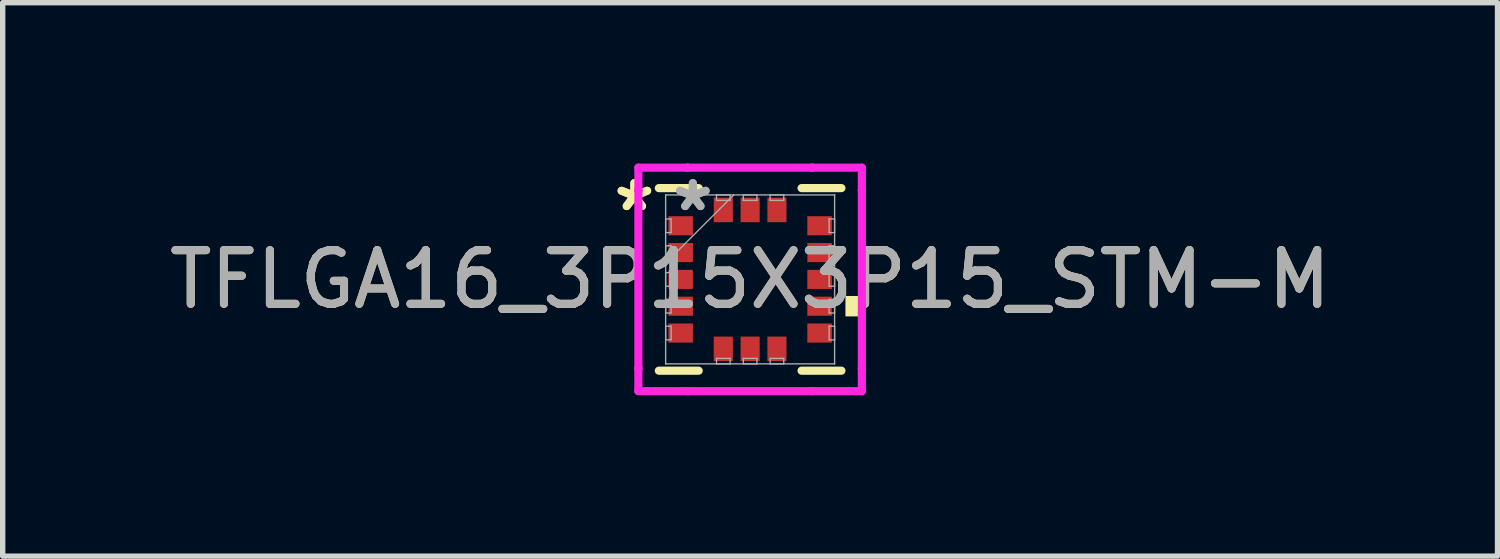
<source format=kicad_pcb>
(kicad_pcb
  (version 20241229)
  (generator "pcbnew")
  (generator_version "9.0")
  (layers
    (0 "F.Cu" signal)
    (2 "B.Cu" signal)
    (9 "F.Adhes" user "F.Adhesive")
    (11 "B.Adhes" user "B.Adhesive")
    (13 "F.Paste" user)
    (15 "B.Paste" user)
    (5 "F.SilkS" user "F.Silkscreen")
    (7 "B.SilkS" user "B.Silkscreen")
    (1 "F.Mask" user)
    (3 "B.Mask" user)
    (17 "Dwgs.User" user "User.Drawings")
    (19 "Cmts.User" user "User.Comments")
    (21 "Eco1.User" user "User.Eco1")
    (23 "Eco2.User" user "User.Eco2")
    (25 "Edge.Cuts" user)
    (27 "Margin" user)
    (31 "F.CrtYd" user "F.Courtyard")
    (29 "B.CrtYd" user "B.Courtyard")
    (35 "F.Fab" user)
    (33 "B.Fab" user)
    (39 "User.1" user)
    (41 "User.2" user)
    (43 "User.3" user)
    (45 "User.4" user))
  (footprint "TFLGA16_3P15X3P15_STM-M"
    (layer "F.Cu")
    (at 10.935 2.159)
    (property "Reference" "TFLGA16_3P15X3P15_STM-M" (at 0 0 0) (unlocked yes) (layer "F.SilkS") (effects (font (size 1 1) (thickness 0.15))))
    (attr smd)
    (fp_line (start -1.702 1.702) (end -0.959 1.702) (stroke (width 0.152) (type solid)) (layer "F.SilkS"))
    (fp_line (start -0.959 -1.702) (end -1.702 -1.702) (stroke (width 0.152) (type solid)) (layer "F.SilkS"))
    (fp_line (start 0.959 1.702) (end 1.702 1.702) (stroke (width 0.152) (type solid)) (layer "F.SilkS"))
    (fp_line (start 1.702 -1.702) (end 0.959 -1.702) (stroke (width 0.152) (type solid)) (layer "F.SilkS"))
    (fp_poly (pts (xy 2.031 0.309) (xy 2.031 0.69) (xy 1.777 0.69) (xy 1.777 0.309)) (stroke (width 0) (type solid)) (fill yes) (layer "F.SilkS"))
    (fp_line (start -2.083 -2.083) (end -1.16 -2.083) (stroke (width 0.152) (type solid)) (layer "F.CrtYd"))
    (fp_line (start -2.083 -1.66) (end -2.083 -2.083) (stroke (width 0.152) (type solid)) (layer "F.CrtYd"))
    (fp_line (start -2.083 -1.66) (end -2.083 -1.66) (stroke (width 0.152) (type solid)) (layer "F.CrtYd"))
    (fp_line (start -2.083 1.66) (end -2.083 -1.66) (stroke (width 0.152) (type solid)) (layer "F.CrtYd"))
    (fp_line (start -2.083 1.66) (end -2.083 1.66) (stroke (width 0.152) (type solid)) (layer "F.CrtYd"))
    (fp_line (start -2.083 2.083) (end -2.083 1.66) (stroke (width 0.152) (type solid)) (layer "F.CrtYd"))
    (fp_line (start -1.16 -2.083) (end -1.16 -2.083) (stroke (width 0.152) (type solid)) (layer "F.CrtYd"))
    (fp_line (start -1.16 -2.083) (end 1.16 -2.083) (stroke (width 0.152) (type solid)) (layer "F.CrtYd"))
    (fp_line (start -1.16 2.083) (end -2.083 2.083) (stroke (width 0.152) (type solid)) (layer "F.CrtYd"))
    (fp_line (start -1.16 2.083) (end -1.16 2.083) (stroke (width 0.152) (type solid)) (layer "F.CrtYd"))
    (fp_line (start 1.16 -2.083) (end 1.16 -2.083) (stroke (width 0.152) (type solid)) (layer "F.CrtYd"))
    (fp_line (start 1.16 -2.083) (end 2.083 -2.083) (stroke (width 0.152) (type solid)) (layer "F.CrtYd"))
    (fp_line (start 1.16 2.083) (end -1.16 2.083) (stroke (width 0.152) (type solid)) (layer "F.CrtYd"))
    (fp_line (start 1.16 2.083) (end 1.16 2.083) (stroke (width 0.152) (type solid)) (layer "F.CrtYd"))
    (fp_line (start 2.083 -2.083) (end 2.083 -1.66) (stroke (width 0.152) (type solid)) (layer "F.CrtYd"))
    (fp_line (start 2.083 -1.66) (end 2.083 -1.66) (stroke (width 0.152) (type solid)) (layer "F.CrtYd"))
    (fp_line (start 2.083 -1.66) (end 2.083 1.66) (stroke (width 0.152) (type solid)) (layer "F.CrtYd"))
    (fp_line (start 2.083 1.66) (end 2.083 1.66) (stroke (width 0.152) (type solid)) (layer "F.CrtYd"))
    (fp_line (start 2.083 1.66) (end 2.083 2.083) (stroke (width 0.152) (type solid)) (layer "F.CrtYd"))
    (fp_line (start 2.083 2.083) (end 1.16 2.083) (stroke (width 0.152) (type solid)) (layer "F.CrtYd"))
    (fp_line (start -1.575 -1.575) (end -1.575 -1.575) (stroke (width 0.025) (type solid)) (layer "F.Fab"))
    (fp_line (start -1.575 -1.575) (end -1.575 1.575) (stroke (width 0.025) (type solid)) (layer "F.Fab"))
    (fp_line (start -1.575 -1.127) (end -1.473 -1.127) (stroke (width 0.025) (type solid)) (layer "F.Fab"))
    (fp_line (start -1.575 -0.873) (end -1.575 -1.127) (stroke (width 0.025) (type solid)) (layer "F.Fab"))
    (fp_line (start -1.575 -0.627) (end -1.473 -0.627) (stroke (width 0.025) (type solid)) (layer "F.Fab"))
    (fp_line (start -1.575 -0.373) (end -1.575 -0.627) (stroke (width 0.025) (type solid)) (layer "F.Fab"))
    (fp_line (start -1.575 -0.305) (end -0.305 -1.575) (stroke (width 0.025) (type solid)) (layer "F.Fab"))
    (fp_line (start -1.575 -0.127) (end -1.473 -0.127) (stroke (width 0.025) (type solid)) (layer "F.Fab"))
    (fp_line (start -1.575 0.127) (end -1.575 -0.127) (stroke (width 0.025) (type solid)) (layer "F.Fab"))
    (fp_line (start -1.575 0.373) (end -1.473 0.373) (stroke (width 0.025) (type solid)) (layer "F.Fab"))
    (fp_line (start -1.575 0.627) (end -1.575 0.373) (stroke (width 0.025) (type solid)) (layer "F.Fab"))
    (fp_line (start -1.575 0.873) (end -1.473 0.873) (stroke (width 0.025) (type solid)) (layer "F.Fab"))
    (fp_line (start -1.575 1.127) (end -1.575 0.873) (stroke (width 0.025) (type solid)) (layer "F.Fab"))
    (fp_line (start -1.575 1.575) (end -1.575 1.575) (stroke (width 0.025) (type solid)) (layer "F.Fab"))
    (fp_line (start -1.575 1.575) (end 1.575 1.575) (stroke (width 0.025) (type solid)) (layer "F.Fab"))
    (fp_line (start -1.473 -1.127) (end -1.473 -0.873) (stroke (width 0.025) (type solid)) (layer "F.Fab"))
    (fp_line (start -1.473 -0.873) (end -1.575 -0.873) (stroke (width 0.025) (type solid)) (layer "F.Fab"))
    (fp_line (start -1.473 -0.627) (end -1.473 -0.373) (stroke (width 0.025) (type solid)) (layer "F.Fab"))
    (fp_line (start -1.473 -0.373) (end -1.575 -0.373) (stroke (width 0.025) (type solid)) (layer "F.Fab"))
    (fp_line (start -1.473 -0.127) (end -1.473 0.127) (stroke (width 0.025) (type solid)) (layer "F.Fab"))
    (fp_line (start -1.473 0.127) (end -1.575 0.127) (stroke (width 0.025) (type solid)) (layer "F.Fab"))
    (fp_line (start -1.473 0.373) (end -1.473 0.627) (stroke (width 0.025) (type solid)) (layer "F.Fab"))
    (fp_line (start -1.473 0.627) (end -1.575 0.627) (stroke (width 0.025) (type solid)) (layer "F.Fab"))
    (fp_line (start -1.473 0.873) (end -1.473 1.127) (stroke (width 0.025) (type solid)) (layer "F.Fab"))
    (fp_line (start -1.473 1.127) (end -1.575 1.127) (stroke (width 0.025) (type solid)) (layer "F.Fab"))
    (fp_line (start -0.627 -1.575) (end -0.373 -1.575) (stroke (width 0.025) (type solid)) (layer "F.Fab"))
    (fp_line (start -0.627 -1.473) (end -0.627 -1.575) (stroke (width 0.025) (type solid)) (layer "F.Fab"))
    (fp_line (start -0.627 1.473) (end -0.373 1.473) (stroke (width 0.025) (type solid)) (layer "F.Fab"))
    (fp_line (start -0.627 1.575) (end -0.627 1.473) (stroke (width 0.025) (type solid)) (layer "F.Fab"))
    (fp_line (start -0.373 -1.575) (end -0.373 -1.473) (stroke (width 0.025) (type solid)) (layer "F.Fab"))
    (fp_line (start -0.373 -1.473) (end -0.627 -1.473) (stroke (width 0.025) (type solid)) (layer "F.Fab"))
    (fp_line (start -0.373 1.473) (end -0.373 1.575) (stroke (width 0.025) (type solid)) (layer "F.Fab"))
    (fp_line (start -0.373 1.575) (end -0.627 1.575) (stroke (width 0.025) (type solid)) (layer "F.Fab"))
    (fp_line (start -0.127 -1.575) (end 0.127 -1.575) (stroke (width 0.025) (type solid)) (layer "F.Fab"))
    (fp_line (start -0.127 -1.473) (end -0.127 -1.575) (stroke (width 0.025) (type solid)) (layer "F.Fab"))
    (fp_line (start -0.127 1.473) (end 0.127 1.473) (stroke (width 0.025) (type solid)) (layer "F.Fab"))
    (fp_line (start -0.127 1.575) (end -0.127 1.473) (stroke (width 0.025) (type solid)) (layer "F.Fab"))
    (fp_line (start 0.127 -1.575) (end 0.127 -1.473) (stroke (width 0.025) (type solid)) (layer "F.Fab"))
    (fp_line (start 0.127 -1.473) (end -0.127 -1.473) (stroke (width 0.025) (type solid)) (layer "F.Fab"))
    (fp_line (start 0.127 1.473) (end 0.127 1.575) (stroke (width 0.025) (type solid)) (layer "F.Fab"))
    (fp_line (start 0.127 1.575) (end -0.127 1.575) (stroke (width 0.025) (type solid)) (layer "F.Fab"))
    (fp_line (start 0.373 -1.575) (end 0.627 -1.575) (stroke (width 0.025) (type solid)) (layer "F.Fab"))
    (fp_line (start 0.373 -1.473) (end 0.373 -1.575) (stroke (width 0.025) (type solid)) (layer "F.Fab"))
    (fp_line (start 0.373 1.473) (end 0.627 1.473) (stroke (width 0.025) (type solid)) (layer "F.Fab"))
    (fp_line (start 0.373 1.575) (end 0.373 1.473) (stroke (width 0.025) (type solid)) (layer "F.Fab"))
    (fp_line (start 0.627 -1.575) (end 0.627 -1.473) (stroke (width 0.025) (type solid)) (layer "F.Fab"))
    (fp_line (start 0.627 -1.473) (end 0.373 -1.473) (stroke (width 0.025) (type solid)) (layer "F.Fab"))
    (fp_line (start 0.627 1.473) (end 0.627 1.575) (stroke (width 0.025) (type solid)) (layer "F.Fab"))
    (fp_line (start 0.627 1.575) (end 0.373 1.575) (stroke (width 0.025) (type solid)) (layer "F.Fab"))
    (fp_line (start 1.473 -1.127) (end 1.575 -1.127) (stroke (width 0.025) (type solid)) (layer "F.Fab"))
    (fp_line (start 1.473 -0.873) (end 1.473 -1.127) (stroke (width 0.025) (type solid)) (layer "F.Fab"))
    (fp_line (start 1.473 -0.627) (end 1.575 -0.627) (stroke (width 0.025) (type solid)) (layer "F.Fab"))
    (fp_line (start 1.473 -0.373) (end 1.473 -0.627) (stroke (width 0.025) (type solid)) (layer "F.Fab"))
    (fp_line (start 1.473 -0.127) (end 1.575 -0.127) (stroke (width 0.025) (type solid)) (layer "F.Fab"))
    (fp_line (start 1.473 0.127) (end 1.473 -0.127) (stroke (width 0.025) (type solid)) (layer "F.Fab"))
    (fp_line (start 1.473 0.373) (end 1.575 0.373) (stroke (width 0.025) (type solid)) (layer "F.Fab"))
    (fp_line (start 1.473 0.627) (end 1.473 0.373) (stroke (width 0.025) (type solid)) (layer "F.Fab"))
    (fp_line (start 1.473 0.873) (end 1.575 0.873) (stroke (width 0.025) (type solid)) (layer "F.Fab"))
    (fp_line (start 1.473 1.127) (end 1.473 0.873) (stroke (width 0.025) (type solid)) (layer "F.Fab"))
    (fp_line (start 1.575 -1.575) (end -1.575 -1.575) (stroke (width 0.025) (type solid)) (layer "F.Fab"))
    (fp_line (start 1.575 -1.575) (end 1.575 -1.575) (stroke (width 0.025) (type solid)) (layer "F.Fab"))
    (fp_line (start 1.575 -1.127) (end 1.575 -0.873) (stroke (width 0.025) (type solid)) (layer "F.Fab"))
    (fp_line (start 1.575 -0.873) (end 1.473 -0.873) (stroke (width 0.025) (type solid)) (layer "F.Fab"))
    (fp_line (start 1.575 -0.627) (end 1.575 -0.373) (stroke (width 0.025) (type solid)) (layer "F.Fab"))
    (fp_line (start 1.575 -0.373) (end 1.473 -0.373) (stroke (width 0.025) (type solid)) (layer "F.Fab"))
    (fp_line (start 1.575 -0.127) (end 1.575 0.127) (stroke (width 0.025) (type solid)) (layer "F.Fab"))
    (fp_line (start 1.575 0.127) (end 1.473 0.127) (stroke (width 0.025) (type solid)) (layer "F.Fab"))
    (fp_line (start 1.575 0.373) (end 1.575 0.627) (stroke (width 0.025) (type solid)) (layer "F.Fab"))
    (fp_line (start 1.575 0.627) (end 1.473 0.627) (stroke (width 0.025) (type solid)) (layer "F.Fab"))
    (fp_line (start 1.575 0.873) (end 1.575 1.127) (stroke (width 0.025) (type solid)) (layer "F.Fab"))
    (fp_line (start 1.575 1.127) (end 1.473 1.127) (stroke (width 0.025) (type solid)) (layer "F.Fab"))
    (fp_line (start 1.575 1.575) (end 1.575 -1.575) (stroke (width 0.025) (type solid)) (layer "F.Fab"))
    (fp_line (start 1.575 1.575) (end 1.575 1.575) (stroke (width 0.025) (type solid)) (layer "F.Fab"))
    (fp_text user "*" (at -2.158 -1.25 0) (layer "F.SilkS") (effects (font (size 1 1) (thickness 0.15))))
    (fp_text user "*" (at -2.158 -1.25 0) (unlocked yes) (layer "F.SilkS") (effects (font (size 1 1) (thickness 0.15))))
    (fp_text user "*" (at -1.068 -1.25 0) (unlocked yes) (layer "F.Fab") (effects (font (size 1 1) (thickness 0.15))))
    (fp_text user "${REFERENCE}" (at 0 0 0) (unlocked yes) (layer "F.Fab") (effects (font (size 1 1) (thickness 0.15))))
    (fp_text user "*" (at -1.068 -1.25 0) (layer "F.Fab") (effects (font (size 1 1) (thickness 0.15))))
    (pad "1" smd rect (at -1.295 -1 90) (size 0.356 0.457) (layers "F.Cu" "F.Mask" "F.Paste"))
    (pad "2" smd rect (at -1.295 -0.5 90) (size 0.356 0.457) (layers "F.Cu" "F.Mask" "F.Paste"))
    (pad "3" smd rect (at -1.295 0 90) (size 0.356 0.457) (layers "F.Cu" "F.Mask" "F.Paste"))
    (pad "4" smd rect (at -1.295 0.5 90) (size 0.356 0.457) (layers "F.Cu" "F.Mask" "F.Paste"))
    (pad "5" smd rect (at -1.295 1 90) (size 0.356 0.457) (layers "F.Cu" "F.Mask" "F.Paste"))
    (pad "6" smd rect (at -0.5 1.295) (size 0.356 0.457) (layers "F.Cu" "F.Mask" "F.Paste"))
    (pad "7" smd rect (at 0 1.295) (size 0.356 0.457) (layers "F.Cu" "F.Mask" "F.Paste"))
    (pad "8" smd rect (at 0.5 1.295) (size 0.356 0.457) (layers "F.Cu" "F.Mask" "F.Paste"))
    (pad "9" smd rect (at 1.295 1 90) (size 0.356 0.457) (layers "F.Cu" "F.Mask" "F.Paste"))
    (pad "10" smd rect (at 1.295 0.5 90) (size 0.356 0.457) (layers "F.Cu" "F.Mask" "F.Paste"))
    (pad "11" smd rect (at 1.295 0 90) (size 0.356 0.457) (layers "F.Cu" "F.Mask" "F.Paste"))
    (pad "12" smd rect (at 1.295 -0.5 90) (size 0.356 0.457) (layers "F.Cu" "F.Mask" "F.Paste"))
    (pad "13" smd rect (at 1.295 -1 90) (size 0.356 0.457) (layers "F.Cu" "F.Mask" "F.Paste"))
    (pad "14" smd rect (at 0.5 -1.295) (size 0.356 0.457) (layers "F.Cu" "F.Mask" "F.Paste"))
    (pad "15" smd rect (at 0 -1.295) (size 0.356 0.457) (layers "F.Cu" "F.Mask" "F.Paste"))
    (pad "16" smd rect (at -0.5 -1.295) (size 0.356 0.457) (layers "F.Cu" "F.Mask" "F.Paste")))
  (gr_rect
    (start -3 -3)
    (end 24.869 7.318)
    (stroke (width 0.1) (type default))
    (fill no)
    (layer "Edge.Cuts")))
</source>
